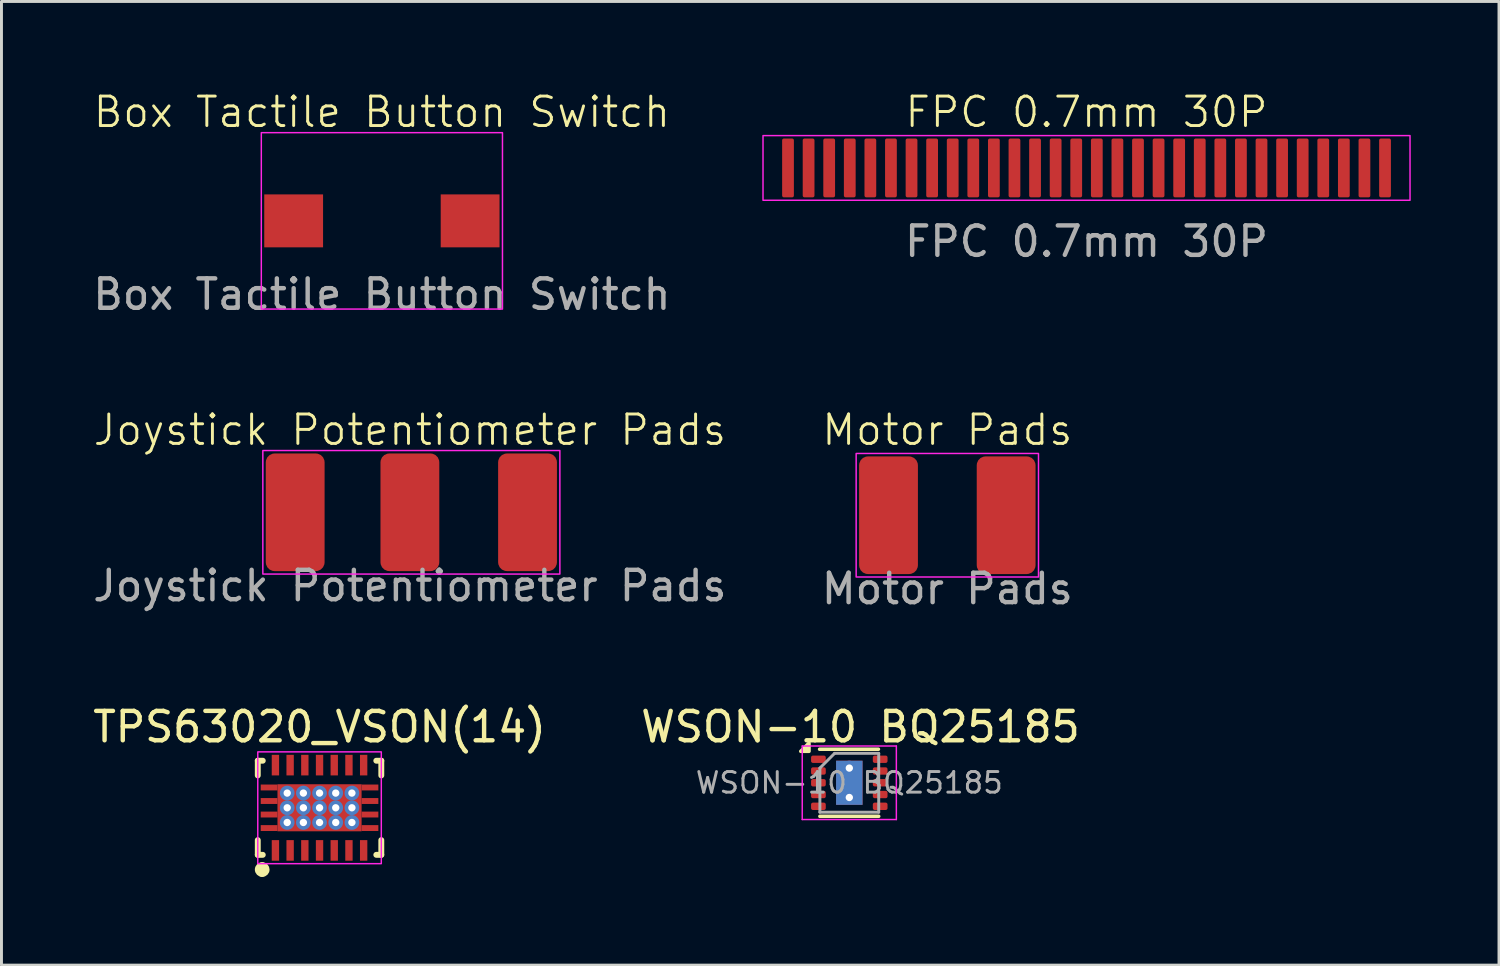
<source format=kicad_pcb>
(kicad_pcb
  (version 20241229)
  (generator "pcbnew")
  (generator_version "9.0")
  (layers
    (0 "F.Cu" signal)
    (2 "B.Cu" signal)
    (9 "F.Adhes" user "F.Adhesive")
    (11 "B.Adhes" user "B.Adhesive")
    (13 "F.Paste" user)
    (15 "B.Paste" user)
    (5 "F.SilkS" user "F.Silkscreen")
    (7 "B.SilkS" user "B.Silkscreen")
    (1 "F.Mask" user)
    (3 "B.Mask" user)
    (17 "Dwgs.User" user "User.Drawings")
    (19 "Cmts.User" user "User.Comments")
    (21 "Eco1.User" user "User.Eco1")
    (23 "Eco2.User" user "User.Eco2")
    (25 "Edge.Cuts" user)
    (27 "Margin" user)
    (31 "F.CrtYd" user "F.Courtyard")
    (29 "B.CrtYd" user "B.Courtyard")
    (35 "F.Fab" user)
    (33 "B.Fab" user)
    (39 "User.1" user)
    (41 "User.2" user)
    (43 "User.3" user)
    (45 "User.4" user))
  (footprint "TPS63020_VSON(14)"
    (layer "F.Cu")
    (at 7.815 24.416)
    (property "Reference" "TPS63020_VSON(14)" (at 0 -2.75 0) (layer "F.SilkS") (effects (font (size 1 1) (thickness 0.15))))
    (fp_line (start -2.1 -1.6) (end -1.93 -1.6) (stroke (width 0.2) (type default)) (layer "F.SilkS"))
    (fp_line (start -2.1 -1.1) (end -2.1 -1.6) (stroke (width 0.2) (type default)) (layer "F.SilkS"))
    (fp_line (start -2.1 1.6) (end -2.1 1.1) (stroke (width 0.2) (type default)) (layer "F.SilkS"))
    (fp_line (start -1.93 1.6) (end -2.1 1.6) (stroke (width 0.2) (type default)) (layer "F.SilkS"))
    (fp_line (start 2.1 -1.6) (end 1.93 -1.6) (stroke (width 0.2) (type default)) (layer "F.SilkS"))
    (fp_line (start 2.1 -1.1) (end 2.1 -1.6) (stroke (width 0.2) (type default)) (layer "F.SilkS"))
    (fp_line (start 2.1 1.1) (end 2.1 1.6) (stroke (width 0.2) (type default)) (layer "F.SilkS"))
    (fp_line (start 2.1 1.6) (end 1.93 1.6) (stroke (width 0.2) (type default)) (layer "F.SilkS"))
    (fp_arc (start -1.9495 2.226) (mid -2.074499 2.1015) (end -1.9505 1.976) (stroke (width 0.25) (type default)) (layer "F.SilkS"))
    (fp_arc (start -1.948 1.976) (mid -1.824493 2.10175) (end -1.9495 2.226) (stroke (width 0.25) (type default)) (layer "F.SilkS"))
    (fp_rect (start -2.1 -1.9) (end 2.1 1.9) (stroke (width 0.05) (type default)) (fill no) (layer "F.CrtYd"))
    (fp_poly (pts (xy -1.945 1.477) (xy -1.977 1.445) (xy -2.023 1.445) (xy -2.055 1.477) (xy -2.055 1.523) (xy -2.023 1.555) (xy -1.977 1.555) (xy -1.945 1.523)) (stroke (width 0.1) (type default)) (fill no) (layer "User.3"))
    (pad "1" smd rect (at -1.5 1.45) (size 0.25 0.7) (layers "F.Cu" "F.Mask" "F.Paste"))
    (pad "2" smd rect (at -1 1.45) (size 0.25 0.7) (layers "F.Cu" "F.Mask" "F.Paste"))
    (pad "3" smd rect (at -0.5 1.45) (size 0.25 0.7) (layers "F.Cu" "F.Mask" "F.Paste"))
    (pad "4" smd rect (at 0 1.45) (size 0.25 0.7) (layers "F.Cu" "F.Mask" "F.Paste"))
    (pad "5" smd rect (at 0.5 1.45) (size 0.25 0.7) (layers "F.Cu" "F.Mask" "F.Paste"))
    (pad "6" smd rect (at 1 1.45) (size 0.25 0.7) (layers "F.Cu" "F.Mask" "F.Paste"))
    (pad "7" smd rect (at 1.5 1.45) (size 0.25 0.7) (layers "F.Cu" "F.Mask" "F.Paste"))
    (pad "8" smd rect (at 1.5 -1.45) (size 0.25 0.7) (layers "F.Cu" "F.Mask" "F.Paste"))
    (pad "9" smd rect (at 1 -1.45) (size 0.25 0.7) (layers "F.Cu" "F.Mask" "F.Paste"))
    (pad "10" smd rect (at 0.5 -1.45 180) (size 0.25 0.7) (layers "F.Cu" "F.Mask" "F.Paste"))
    (pad "11" smd rect (at 0 -1.45 180) (size 0.25 0.7) (layers "F.Cu" "F.Mask" "F.Paste"))
    (pad "12" smd rect (at -0.5 -1.45 180) (size 0.25 0.7) (layers "F.Cu" "F.Mask" "F.Paste"))
    (pad "13" smd rect (at -1 -1.45 180) (size 0.25 0.7) (layers "F.Cu" "F.Mask" "F.Paste"))
    (pad "14" smd rect (at -1.5 -1.45 180) (size 0.25 0.7) (layers "F.Cu" "F.Mask" "F.Paste"))
    (pad "15" smd rect (at -1.715 -0.69) (size 0.57 0.2) (layers "F.Cu" "F.Mask" "F.Paste"))
    (pad "15" smd rect (at -1.715 -0.23) (size 0.57 0.2) (layers "F.Cu" "F.Mask" "F.Paste"))
    (pad "15" smd rect (at -1.715 0.23) (size 0.57 0.2) (layers "F.Cu" "F.Mask" "F.Paste"))
    (pad "15" smd rect (at -1.715 0.69) (size 0.57 0.2) (layers "F.Cu" "F.Mask" "F.Paste"))
    (pad "15" thru_hole circle (at -1.1 -0.5) (size 0.5 0.5) (drill 0.25) (property pad_prop_heatsink) (layers "*.Cu"))
    (pad "15" thru_hole circle (at -1.1 0) (size 0.5 0.5) (drill 0.25) (property pad_prop_heatsink) (layers "*.Cu"))
    (pad "15" thru_hole circle (at -1.1 0.5) (size 0.5 0.5) (drill 0.25) (property pad_prop_heatsink) (layers "*.Cu"))
    (pad "15" thru_hole circle (at -0.55 -0.5) (size 0.5 0.5) (drill 0.25) (property pad_prop_heatsink) (layers "*.Cu"))
    (pad "15" thru_hole circle (at -0.55 0) (size 0.5 0.5) (drill 0.25) (property pad_prop_heatsink) (layers "*.Cu"))
    (pad "15" thru_hole circle (at -0.55 0.5) (size 0.5 0.5) (drill 0.25) (property pad_prop_heatsink) (layers "*.Cu"))
    (pad "15" thru_hole circle (at 0 -0.5) (size 0.5 0.5) (drill 0.25) (property pad_prop_heatsink) (layers "*.Cu"))
    (pad "15" thru_hole circle (at 0 0) (size 0.5 0.5) (drill 0.25) (property pad_prop_heatsink) (layers "*.Cu"))
    (pad "15" smd rect (at 0 0) (size 2.86 1.6) (layers "F.Cu" "F.Mask" "F.Paste"))
    (pad "15" thru_hole circle (at 0 0.5) (size 0.5 0.5) (drill 0.25) (property pad_prop_heatsink) (layers "*.Cu"))
    (pad "15" thru_hole circle (at 0.55 -0.5) (size 0.5 0.5) (drill 0.25) (property pad_prop_heatsink) (layers "*.Cu"))
    (pad "15" thru_hole circle (at 0.55 0) (size 0.5 0.5) (drill 0.25) (property pad_prop_heatsink) (layers "*.Cu"))
    (pad "15" thru_hole circle (at 0.55 0.5) (size 0.5 0.5) (drill 0.25) (property pad_prop_heatsink) (layers "*.Cu"))
    (pad "15" thru_hole circle (at 1.1 -0.5) (size 0.5 0.5) (drill 0.25) (property pad_prop_heatsink) (layers "*.Cu"))
    (pad "15" thru_hole circle (at 1.1 0) (size 0.5 0.5) (drill 0.25) (property pad_prop_heatsink) (layers "*.Cu"))
    (pad "15" thru_hole circle (at 1.1 0.5) (size 0.5 0.5) (drill 0.25) (property pad_prop_heatsink) (layers "*.Cu"))
    (pad "15" smd rect (at 1.715 -0.69) (size 0.57 0.2) (layers "F.Cu" "F.Mask" "F.Paste"))
    (pad "15" smd rect (at 1.715 -0.23) (size 0.57 0.2) (layers "F.Cu" "F.Mask" "F.Paste"))
    (pad "15" smd rect (at 1.715 0.23) (size 0.57 0.2) (layers "F.Cu" "F.Mask" "F.Paste"))
    (pad "15" smd rect (at 1.715 0.69) (size 0.57 0.2) (layers "F.Cu" "F.Mask" "F.Paste")))
  (footprint "Joystick Potentiometer Pads"
    (layer "F.Cu")
    (at 10.887 14.369)
    (property "Reference" "Joystick Potentiometer Pads" (at 0 -2.8 0) (unlocked yes) (layer "F.SilkS") (effects (font (size 1 1) (thickness 0.1))))
    (attr smd)
    (fp_rect (start -5 -2.1) (end 5.1 2.1) (stroke (width 0.05) (type default)) (fill no) (layer "F.CrtYd"))
    (fp_text user "${REFERENCE}" (at 0 2.5 0) (unlocked yes) (layer "F.Fab") (effects (font (size 1 1) (thickness 0.15))))
    (pad "1" smd roundrect (at -3.9 0) (size 2 4) (layers "F.Cu" "F.Mask" "F.Paste") (roundrect_rratio 0.15))
    (pad "2" smd roundrect (at 0 0) (size 2 4) (layers "F.Cu" "F.Mask" "F.Paste") (roundrect_rratio 0.15))
    (pad "3" smd roundrect (at 4 0) (size 2 4) (layers "F.Cu" "F.Mask" "F.Paste") (roundrect_rratio 0.15)))
  (footprint "WSON-10 BQ25185"
    (layer "F.Cu")
    (at 25.828 23.566)
    (property "Reference" "WSON-10 BQ25185" (at 0.38 -1.9 0) (layer "F.SilkS") (effects (font (size 1 1) (thickness 0.15))))
    (attr smd)
    (fp_line (start -1.01 -1.14) (end 0.99 -1.14) (stroke (width 0.12) (type solid)) (layer "F.SilkS"))
    (fp_line (start -1 1.14) (end 1 1.14) (stroke (width 0.12) (type solid)) (layer "F.SilkS"))
    (fp_poly (pts (xy -1.37 -1.07) (xy -1.65 -1.07) (xy -1.37 -1.35) (xy -1.37 -1.07)) (stroke (width 0.12) (type solid)) (fill yes) (layer "F.SilkS"))
    (fp_line (start -1.6 -1.25) (end -1.6 1.25) (stroke (width 0.05) (type solid)) (layer "F.CrtYd"))
    (fp_line (start -1.6 -1.25) (end 1.6 -1.25) (stroke (width 0.05) (type solid)) (layer "F.CrtYd"))
    (fp_line (start -1.6 1.25) (end 1.6 1.25) (stroke (width 0.05) (type solid)) (layer "F.CrtYd"))
    (fp_line (start 1.6 -1.25) (end 1.6 1.25) (stroke (width 0.05) (type solid)) (layer "F.CrtYd"))
    (fp_line (start -1 1) (end -1 -0.5) (stroke (width 0.1) (type solid)) (layer "F.Fab"))
    (fp_line (start -0.5 -1) (end -1 -0.5) (stroke (width 0.1) (type solid)) (layer "F.Fab"))
    (fp_line (start -0.5 -1) (end 1 -1) (stroke (width 0.1) (type solid)) (layer "F.Fab"))
    (fp_line (start 1 -1) (end 1 1) (stroke (width 0.1) (type solid)) (layer "F.Fab"))
    (fp_line (start 1 1) (end -1 1) (stroke (width 0.1) (type solid)) (layer "F.Fab"))
    (fp_text user "${REFERENCE}" (at 0 0 0) (layer "F.Fab") (effects (font (size 0.7 0.7) (thickness 0.1))))
    (pad "" smd rect (at 0 -0.4) (size 0.75 0.65) (layers "F.Paste"))
    (pad "" smd rect (at 0 0.4) (size 0.75 0.65) (layers "F.Paste"))
    (pad "1" smd roundrect (at -1.05 -0.8) (size 0.5 0.25) (layers "F.Cu" "F.Mask" "F.Paste") (roundrect_rratio 0.25))
    (pad "2" smd roundrect (at -1.05 -0.4) (size 0.5 0.25) (layers "F.Cu" "F.Mask" "F.Paste") (roundrect_rratio 0.25))
    (pad "3" smd roundrect (at -1.05 0) (size 0.5 0.25) (layers "F.Cu" "F.Mask" "F.Paste") (roundrect_rratio 0.25))
    (pad "4" smd roundrect (at -1.05 0.4) (size 0.5 0.25) (layers "F.Cu" "F.Mask" "F.Paste") (roundrect_rratio 0.25))
    (pad "5" smd roundrect (at -1.05 0.8) (size 0.5 0.25) (layers "F.Cu" "F.Mask" "F.Paste") (roundrect_rratio 0.25))
    (pad "6" smd roundrect (at 1.05 0.8) (size 0.5 0.25) (layers "F.Cu" "F.Mask" "F.Paste") (roundrect_rratio 0.25))
    (pad "7" smd roundrect (at 1.05 0.4) (size 0.5 0.25) (layers "F.Cu" "F.Mask" "F.Paste") (roundrect_rratio 0.25))
    (pad "8" smd roundrect (at 1.05 0) (size 0.5 0.25) (layers "F.Cu" "F.Mask" "F.Paste") (roundrect_rratio 0.25))
    (pad "9" smd roundrect (at 1.05 -0.4) (size 0.5 0.25) (layers "F.Cu" "F.Mask" "F.Paste") (roundrect_rratio 0.25))
    (pad "10" smd roundrect (at 1.05 -0.8) (size 0.5 0.25) (layers "F.Cu" "F.Mask" "F.Paste") (roundrect_rratio 0.25))
    (pad "11" thru_hole circle (at 0 -0.5) (size 0.5 0.5) (drill 0.25) (property pad_prop_heatsink) (layers "*.Cu"))
    (pad "11" smd rect (at 0 0) (size 0.9 1.5) (layers "F.Cu" "F.Mask"))
    (pad "11" thru_hole circle (at 0 0.5) (size 0.4 0.4) (drill 0.25) (property pad_prop_heatsink) (layers "*.Cu"))
    (pad "12" smd rect (at 0 0) (size 0.9 1.5) (layers "B.Cu")))
  (footprint "Motor Pads"
    (layer "F.Cu")
    (at 29.161 14.469)
    (property "Reference" "Motor Pads" (at 0 -2.9 0) (unlocked yes) (layer "F.SilkS") (effects (font (size 1 1) (thickness 0.1))))
    (attr smd)
    (fp_rect (start -3.1 -2.1) (end 3.1 2.1) (stroke (width 0.05) (type default)) (fill no) (layer "F.CrtYd"))
    (fp_text user "${REFERENCE}" (at 0 2.5 0) (unlocked yes) (layer "F.Fab") (effects (font (size 1 1) (thickness 0.15))))
    (pad "1" smd roundrect (at -2 0) (size 2 4) (layers "F.Cu" "F.Mask" "F.Paste") (roundrect_rratio 0.15))
    (pad "2" smd roundrect (at 2 0) (size 2 4) (layers "F.Cu" "F.Mask" "F.Paste") (roundrect_rratio 0.15)))
  (footprint "Box Tactile Button Switch"
    (layer "F.Cu")
    (at 9.935 4.46)
    (property "Reference" "Box Tactile Button Switch" (at 0 -3.7 0) (unlocked yes) (layer "F.SilkS") (effects (font (size 1 1) (thickness 0.1))))
    (attr smd)
    (fp_rect (start -4.1 -3) (end 4.1 3) (stroke (width 0.05) (type default)) (fill no) (layer "F.CrtYd"))
    (fp_text user "${REFERENCE}" (at 0 2.5 0) (unlocked yes) (layer "F.Fab") (effects (font (size 1 1) (thickness 0.15))))
    (pad "1" smd rect (at -3 0) (size 2 1.8) (property pad_prop_heatsink) (layers "F.Cu" "F.Mask" "F.Paste"))
    (pad "2" smd rect (at 3 0) (size 2 1.8) (property pad_prop_heatsink) (layers "F.Cu" "F.Mask" "F.Paste")))
  (footprint "FPC 0.7mm 30P"
    (layer "F.Cu")
    (at 33.894 2.66)
    (property "Reference" "FPC 0.7mm 30P" (at 0 -1.9 0) (unlocked yes) (layer "F.SilkS") (effects (font (size 1 1) (thickness 0.1))))
    (attr smd)
    (fp_rect (start -11 -1.1) (end 11 1.1) (stroke (width 0.05) (type default)) (fill no) (layer "F.CrtYd"))
    (fp_text user "${REFERENCE}" (at 0 2.5 0) (unlocked yes) (layer "F.Fab") (effects (font (size 1 1) (thickness 0.15))))
    (pad "1" smd roundrect (at -10.15 0) (size 0.4 2) (layers "F.Cu" "F.Mask" "F.Paste") (roundrect_rratio 0.15))
    (pad "2" smd roundrect (at -9.45 0) (size 0.4 2) (layers "F.Cu" "F.Mask" "F.Paste") (roundrect_rratio 0.15))
    (pad "3" smd roundrect (at -8.75 0) (size 0.4 2) (layers "F.Cu" "F.Mask" "F.Paste") (roundrect_rratio 0.15))
    (pad "4" smd roundrect (at -8.05 0) (size 0.4 2) (layers "F.Cu" "F.Mask" "F.Paste") (roundrect_rratio 0.15))
    (pad "5" smd roundrect (at -7.35 0) (size 0.4 2) (layers "F.Cu" "F.Mask" "F.Paste") (roundrect_rratio 0.15))
    (pad "6" smd roundrect (at -6.65 0) (size 0.4 2) (layers "F.Cu" "F.Mask" "F.Paste") (roundrect_rratio 0.15))
    (pad "7" smd roundrect (at -5.95 0) (size 0.4 2) (layers "F.Cu" "F.Mask" "F.Paste") (roundrect_rratio 0.15))
    (pad "8" smd roundrect (at -5.25 0) (size 0.4 2) (layers "F.Cu" "F.Mask" "F.Paste") (roundrect_rratio 0.15))
    (pad "9" smd roundrect (at -4.55 0) (size 0.4 2) (layers "F.Cu" "F.Mask" "F.Paste") (roundrect_rratio 0.15))
    (pad "10" smd roundrect (at -3.85 0) (size 0.4 2) (layers "F.Cu" "F.Mask" "F.Paste") (roundrect_rratio 0.15))
    (pad "11" smd roundrect (at -3.15 0) (size 0.4 2) (layers "F.Cu" "F.Mask" "F.Paste") (roundrect_rratio 0.15))
    (pad "12" smd roundrect (at -2.45 0) (size 0.4 2) (layers "F.Cu" "F.Mask" "F.Paste") (roundrect_rratio 0.15))
    (pad "13" smd roundrect (at -1.75 0) (size 0.4 2) (layers "F.Cu" "F.Mask" "F.Paste") (roundrect_rratio 0.15))
    (pad "14" smd roundrect (at -1.05 0) (size 0.4 2) (layers "F.Cu" "F.Mask" "F.Paste") (roundrect_rratio 0.15))
    (pad "15" smd roundrect (at -0.35 0) (size 0.4 2) (layers "F.Cu" "F.Mask" "F.Paste") (roundrect_rratio 0.15))
    (pad "16" smd roundrect (at 0.35 0) (size 0.4 2) (layers "F.Cu" "F.Mask" "F.Paste") (roundrect_rratio 0.15))
    (pad "17" smd roundrect (at 1.05 0) (size 0.4 2) (layers "F.Cu" "F.Mask" "F.Paste") (roundrect_rratio 0.15))
    (pad "18" smd roundrect (at 1.75 0) (size 0.4 2) (layers "F.Cu" "F.Mask" "F.Paste") (roundrect_rratio 0.15))
    (pad "19" smd roundrect (at 2.45 0) (size 0.4 2) (layers "F.Cu" "F.Mask" "F.Paste") (roundrect_rratio 0.15))
    (pad "20" smd roundrect (at 3.15 0) (size 0.4 2) (layers "F.Cu" "F.Mask" "F.Paste") (roundrect_rratio 0.15))
    (pad "21" smd roundrect (at 3.85 0) (size 0.4 2) (layers "F.Cu" "F.Mask" "F.Paste") (roundrect_rratio 0.15))
    (pad "22" smd roundrect (at 4.55 0) (size 0.4 2) (layers "F.Cu" "F.Mask" "F.Paste") (roundrect_rratio 0.15))
    (pad "23" smd roundrect (at 5.25 0) (size 0.4 2) (layers "F.Cu" "F.Mask" "F.Paste") (roundrect_rratio 0.15))
    (pad "24" smd roundrect (at 5.95 0) (size 0.4 2) (layers "F.Cu" "F.Mask" "F.Paste") (roundrect_rratio 0.15))
    (pad "25" smd roundrect (at 6.65 0) (size 0.4 2) (layers "F.Cu" "F.Mask" "F.Paste") (roundrect_rratio 0.15))
    (pad "26" smd roundrect (at 7.35 0) (size 0.4 2) (layers "F.Cu" "F.Mask" "F.Paste") (roundrect_rratio 0.15))
    (pad "27" smd roundrect (at 8.05 0) (size 0.4 2) (layers "F.Cu" "F.Mask" "F.Paste") (roundrect_rratio 0.15))
    (pad "28" smd roundrect (at 8.75 0) (size 0.4 2) (layers "F.Cu" "F.Mask" "F.Paste") (roundrect_rratio 0.15))
    (pad "29" smd roundrect (at 9.45 0) (size 0.4 2) (layers "F.Cu" "F.Mask" "F.Paste") (roundrect_rratio 0.15))
    (pad "30" smd roundrect (at 10.15 0) (size 0.4 2) (layers "F.Cu" "F.Mask" "F.Paste") (roundrect_rratio 0.15)))
  (gr_rect
    (start -3 -3)
    (end 47.919 29.767)
    (stroke (width 0.1) (type default))
    (fill no)
    (layer "Edge.Cuts")))
</source>
